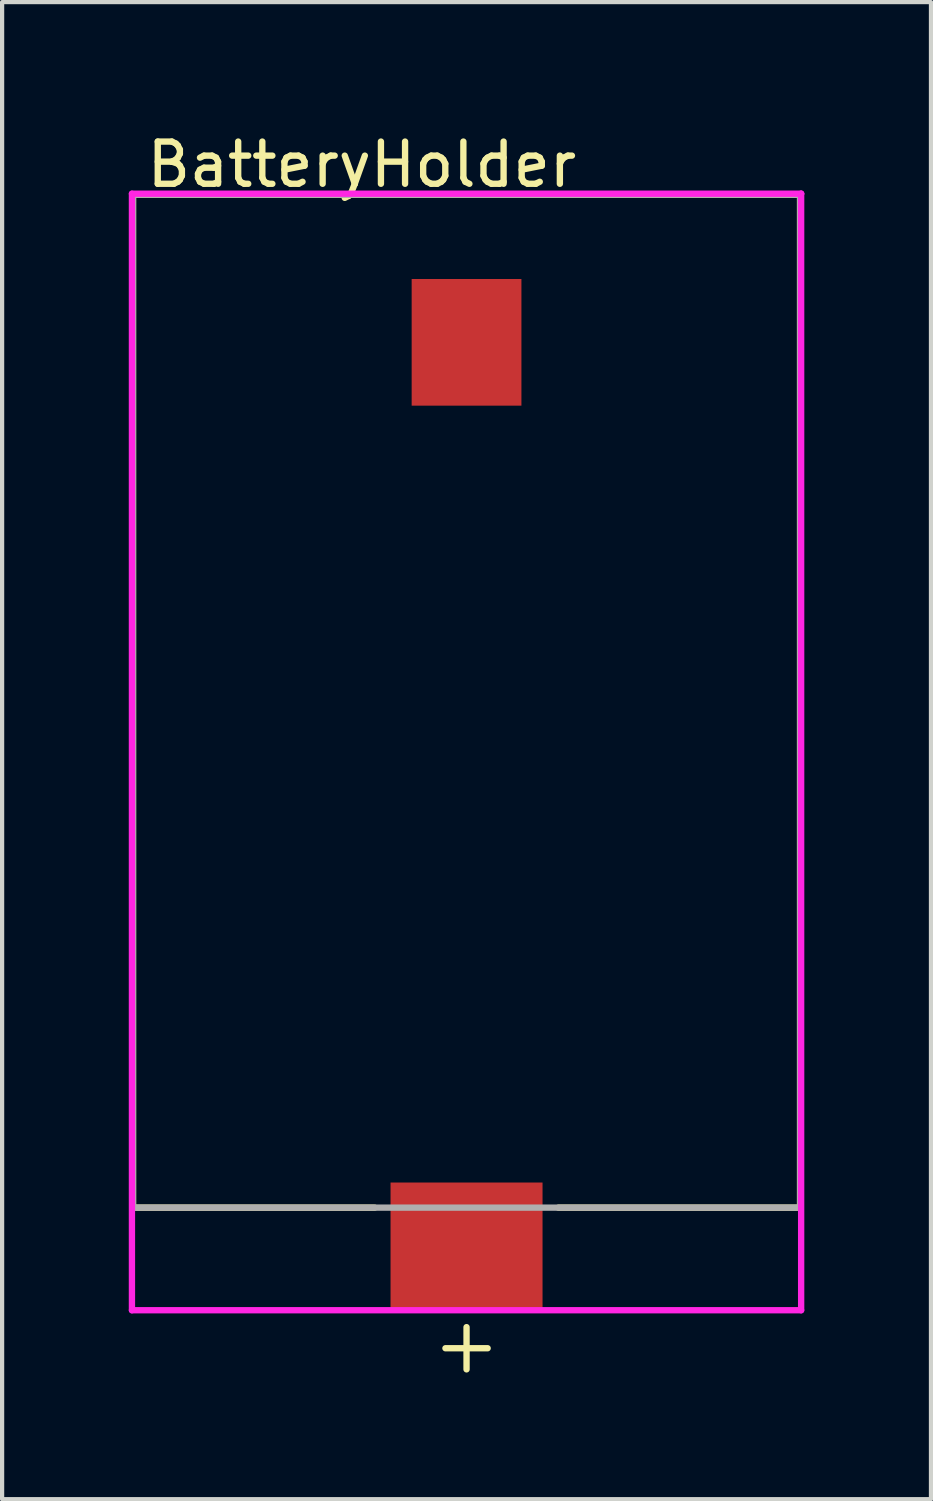
<source format=kicad_pcb>
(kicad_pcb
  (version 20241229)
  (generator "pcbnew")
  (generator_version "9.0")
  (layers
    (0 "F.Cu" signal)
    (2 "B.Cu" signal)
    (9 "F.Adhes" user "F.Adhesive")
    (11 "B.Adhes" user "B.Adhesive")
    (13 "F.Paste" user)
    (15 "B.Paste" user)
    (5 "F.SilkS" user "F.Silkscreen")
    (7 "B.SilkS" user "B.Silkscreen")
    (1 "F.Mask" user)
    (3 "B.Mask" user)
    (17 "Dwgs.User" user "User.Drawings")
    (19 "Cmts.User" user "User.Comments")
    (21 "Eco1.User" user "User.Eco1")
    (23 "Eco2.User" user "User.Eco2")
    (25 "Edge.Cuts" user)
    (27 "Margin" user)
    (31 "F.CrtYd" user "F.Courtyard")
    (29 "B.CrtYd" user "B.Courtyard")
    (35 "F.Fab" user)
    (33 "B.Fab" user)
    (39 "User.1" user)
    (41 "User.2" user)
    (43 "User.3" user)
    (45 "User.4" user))
  (footprint "BatteryHolder"
    (layer "F.Cu")
    (at 8 13.558)
    (property "Reference" "BatteryHolder" (at -7.65 -12.71 0) (layer "F.SilkS") (effects (font (size 1 1) (thickness 0.15)) (justify left)))
    (attr through_hole)
    (fp_line (start -7.9 -11.995) (end 7.9 -11.995) (stroke (width 0.15) (type solid)) (layer "F.SilkS"))
    (fp_line (start -7.9 11.995) (end -7.9 -11.995) (stroke (width 0.15) (type solid)) (layer "F.SilkS"))
    (fp_line (start -7.9 11.995) (end -2.175 11.995) (stroke (width 0.15) (type solid)) (layer "F.SilkS"))
    (fp_line (start -0.5 15.325) (end 0.5 15.325) (stroke (width 0.15) (type solid)) (layer "F.SilkS"))
    (fp_line (start 0 14.825) (end 0 15.825) (stroke (width 0.15) (type solid)) (layer "F.SilkS"))
    (fp_line (start 2.175 11.995) (end 7.9 11.995) (stroke (width 0.15) (type solid)) (layer "F.SilkS"))
    (fp_line (start 7.9 11.995) (end 7.9 -11.995) (stroke (width 0.15) (type solid)) (layer "F.SilkS"))
    (fp_line (start -7.925 -12.02) (end -7.925 14.425) (stroke (width 0.15) (type solid)) (layer "F.CrtYd"))
    (fp_line (start -7.925 14.425) (end 7.925 14.425) (stroke (width 0.15) (type solid)) (layer "F.CrtYd"))
    (fp_line (start 7.925 -12.02) (end -7.925 -12.02) (stroke (width 0.15) (type solid)) (layer "F.CrtYd"))
    (fp_line (start 7.925 -12.02) (end 7.925 -12.02) (stroke (width 0.15) (type solid)) (layer "F.CrtYd"))
    (fp_line (start 7.925 14.425) (end 7.925 -12.02) (stroke (width 0.15) (type solid)) (layer "F.CrtYd"))
    (fp_line (start -7.9 -11.995) (end 7.9 -11.995) (stroke (width 0.15) (type solid)) (layer "F.Fab"))
    (fp_line (start -7.9 11.995) (end -7.9 -11.995) (stroke (width 0.15) (type solid)) (layer "F.Fab"))
    (fp_line (start 7.9 -11.995) (end 7.9 11.995) (stroke (width 0.15) (type solid)) (layer "F.Fab"))
    (fp_line (start 7.9 11.995) (end -7.9 11.995) (stroke (width 0.15) (type solid)) (layer "F.Fab"))
    (pad "1" smd rect (at 0 -8.5) (size 2.6 3) (layers "F.Cu" "F.Mask" "F.Paste"))
    (pad "2" smd rect (at 0 12.9) (size 3.6 3) (layers "F.Cu" "F.Mask" "F.Paste")))
  (gr_rect
    (start -3 -3)
    (end 19 32.458)
    (stroke (width 0.1) (type default))
    (fill no)
    (layer "Edge.Cuts")))
</source>
